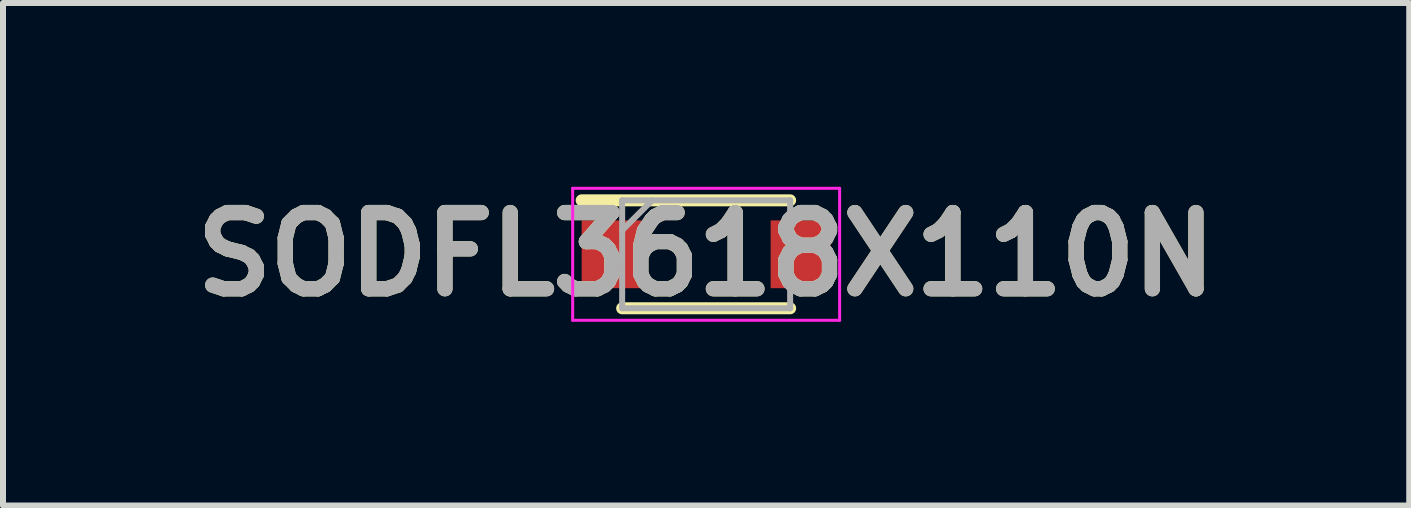
<source format=kicad_pcb>
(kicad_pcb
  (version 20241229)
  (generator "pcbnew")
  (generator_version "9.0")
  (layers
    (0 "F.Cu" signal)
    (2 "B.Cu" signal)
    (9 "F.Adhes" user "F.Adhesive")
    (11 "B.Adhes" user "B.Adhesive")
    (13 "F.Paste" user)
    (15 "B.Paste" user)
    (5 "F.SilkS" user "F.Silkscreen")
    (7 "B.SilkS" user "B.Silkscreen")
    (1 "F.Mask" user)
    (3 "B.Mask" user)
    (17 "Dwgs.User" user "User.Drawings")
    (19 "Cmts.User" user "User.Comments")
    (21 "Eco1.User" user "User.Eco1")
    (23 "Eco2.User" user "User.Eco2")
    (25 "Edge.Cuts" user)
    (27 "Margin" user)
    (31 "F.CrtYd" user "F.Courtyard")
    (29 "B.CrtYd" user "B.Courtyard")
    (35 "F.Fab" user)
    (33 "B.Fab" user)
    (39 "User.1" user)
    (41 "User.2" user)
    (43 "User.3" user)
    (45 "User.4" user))
  (footprint "SODFL3618X110N"
    (layer "F.Cu")
    (at 8.721 1.189)
    (property "Reference" "SODFL3618X110N" (at 0 0 0) (layer "F.SilkS") (effects (font (size 1.27 1.27) (thickness 0.254))))
    (attr smd)
    (fp_line (start -2.075 -0.9) (end 1.4 -0.9) (stroke (width 0.2) (type solid)) (layer "F.SilkS"))
    (fp_line (start -1.4 0.9) (end 1.4 0.9) (stroke (width 0.2) (type solid)) (layer "F.SilkS"))
    (fp_line (start -2.225 -1.1) (end 2.225 -1.1) (stroke (width 0.05) (type solid)) (layer "F.CrtYd"))
    (fp_line (start -2.225 1.1) (end -2.225 -1.1) (stroke (width 0.05) (type solid)) (layer "F.CrtYd"))
    (fp_line (start 2.225 -1.1) (end 2.225 1.1) (stroke (width 0.05) (type solid)) (layer "F.CrtYd"))
    (fp_line (start 2.225 1.1) (end -2.225 1.1) (stroke (width 0.05) (type solid)) (layer "F.CrtYd"))
    (fp_line (start -1.4 -0.9) (end 1.4 -0.9) (stroke (width 0.1) (type solid)) (layer "F.Fab"))
    (fp_line (start -1.4 -0.4) (end -0.9 -0.9) (stroke (width 0.1) (type solid)) (layer "F.Fab"))
    (fp_line (start -1.4 0.9) (end -1.4 -0.9) (stroke (width 0.1) (type solid)) (layer "F.Fab"))
    (fp_line (start 1.4 -0.9) (end 1.4 0.9) (stroke (width 0.1) (type solid)) (layer "F.Fab"))
    (fp_line (start 1.4 0.9) (end -1.4 0.9) (stroke (width 0.1) (type solid)) (layer "F.Fab"))
    (fp_text user "${REFERENCE}" (at 0 0 0) (layer "F.Fab") (effects (font (size 1.27 1.27) (thickness 0.254))))
    (pad "1" smd rect (at -1.575 0) (size 1 1.13) (layers "F.Cu" "F.Mask" "F.Paste"))
    (pad "2" smd rect (at 1.575 0) (size 1 1.13) (layers "F.Cu" "F.Mask" "F.Paste")))
  (gr_rect
    (start -3 -3)
    (end 20.441 5.377)
    (stroke (width 0.1) (type default))
    (fill no)
    (layer "Edge.Cuts")))
</source>
